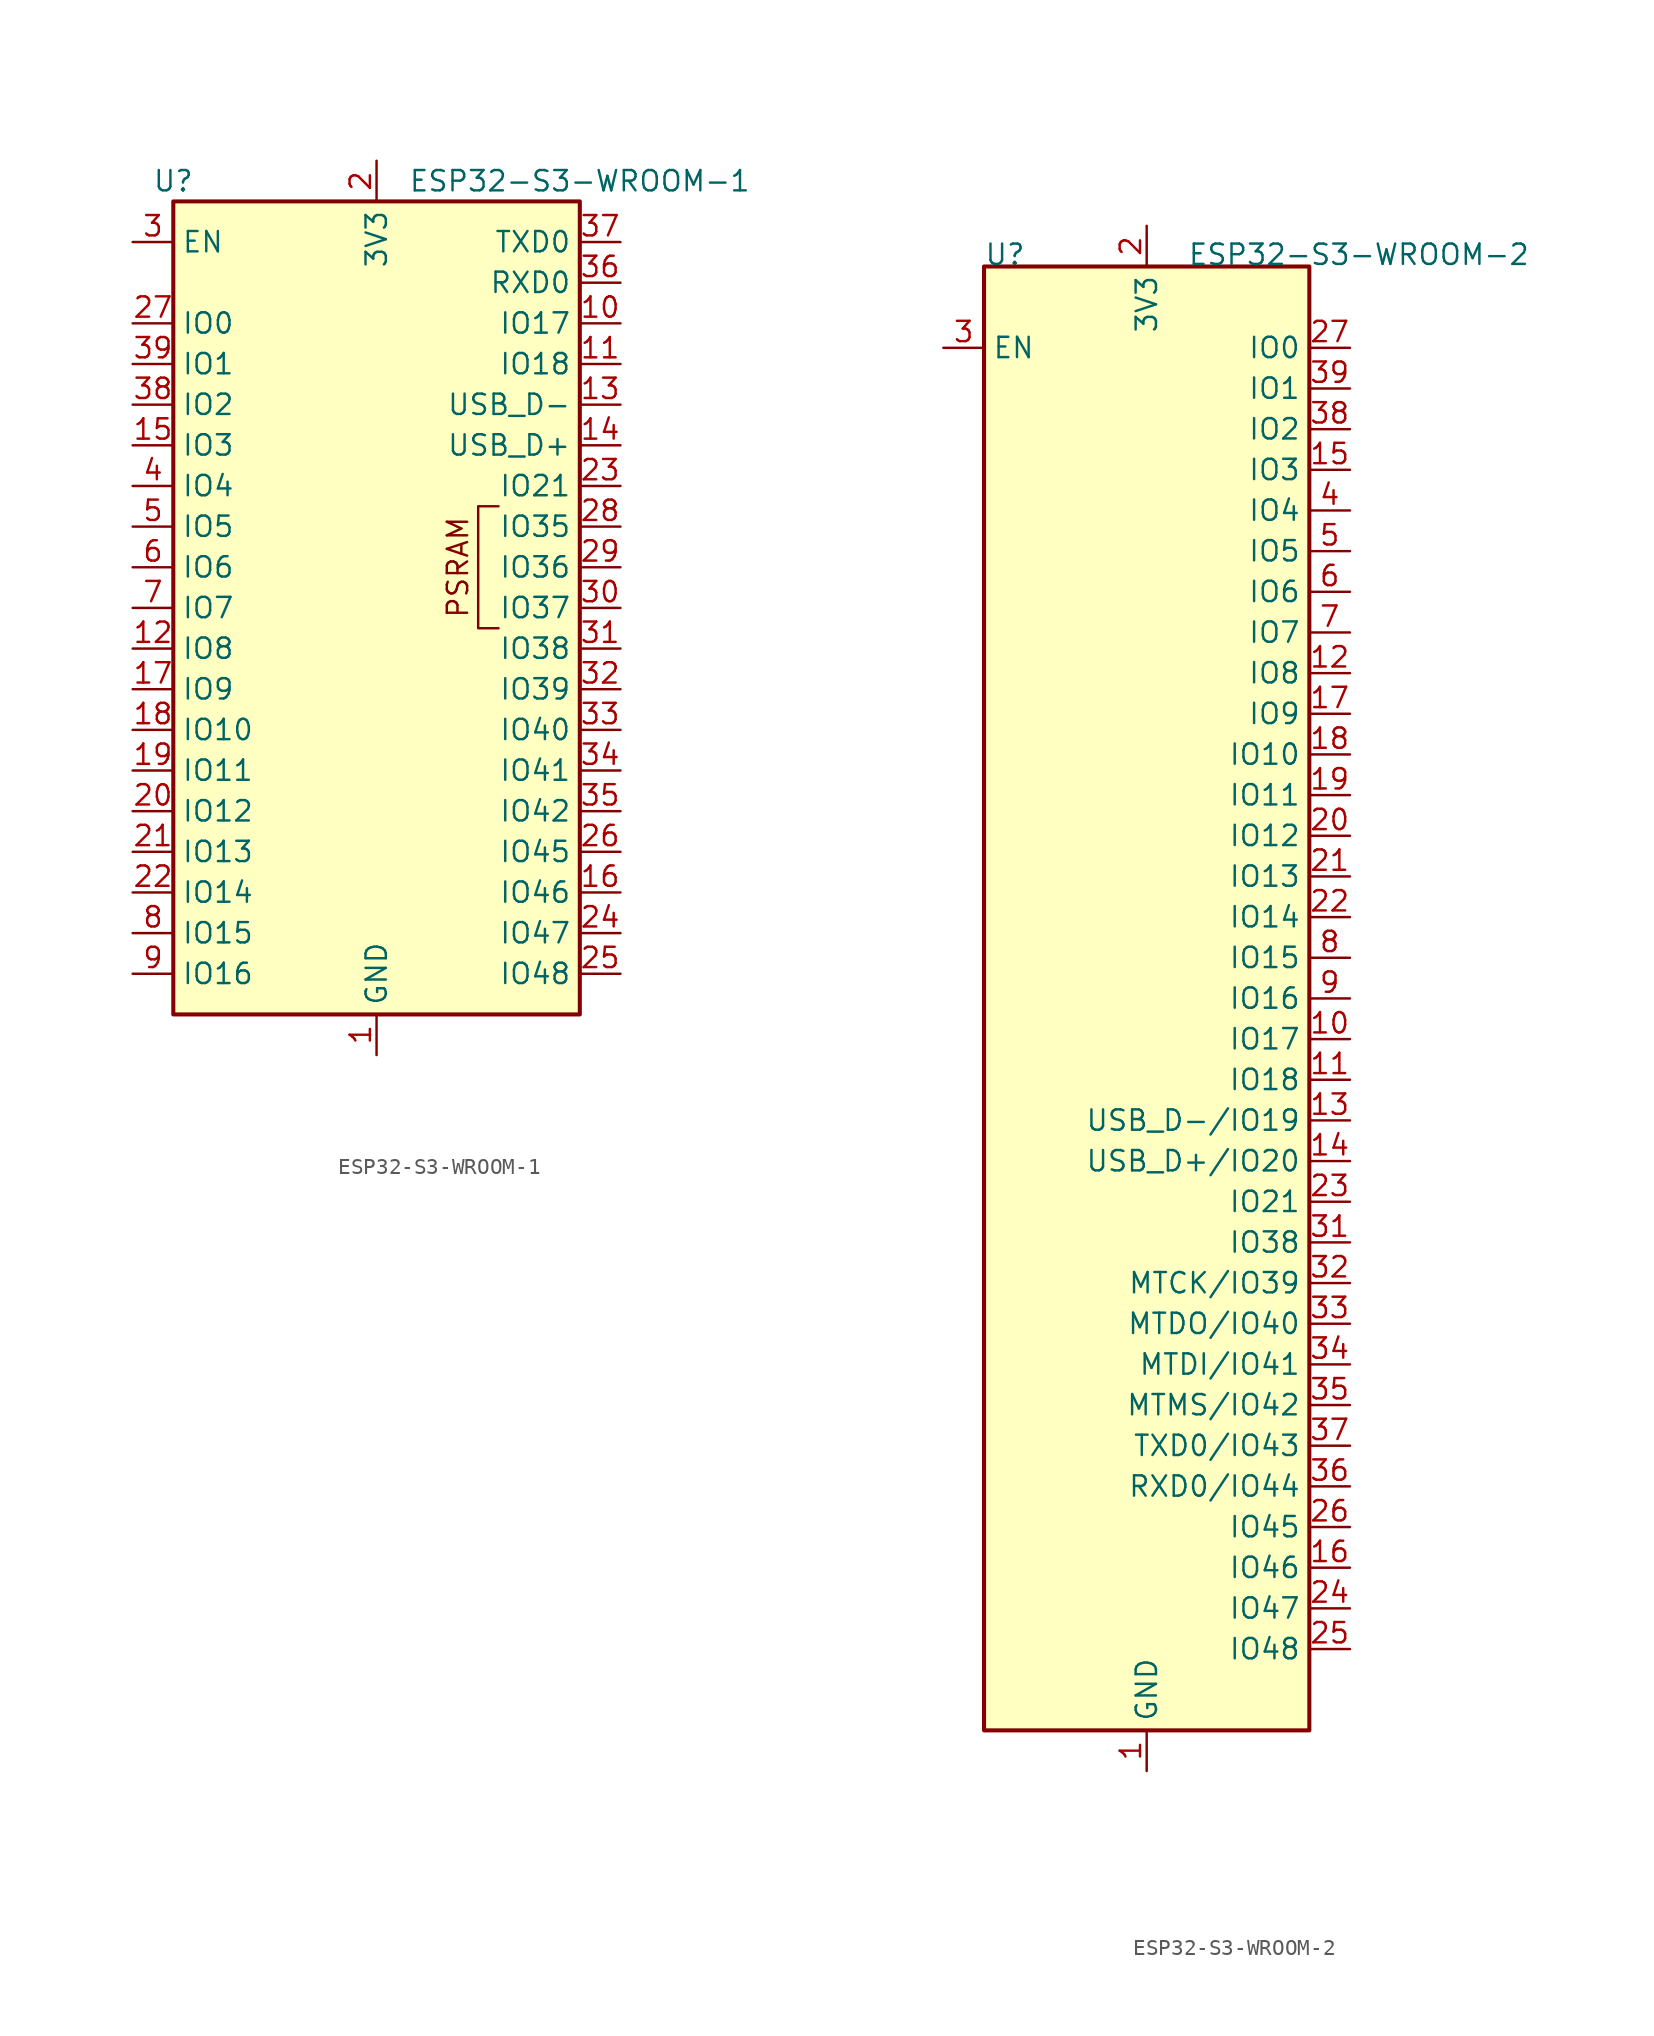
<source format=kicad_sym>
(kicad_symbol_lib
  (version 20231120)
  (generator "kicad_symbol_editor")
  (generator_version "8.0")
  (symbol "ESP32-S3-WROOM-1"
    (property "Reference" "U"
      (at -12.7 26.67 0)
      (effects (font (size 1.27 1.27))))
    (property "Value" "ESP32-S3-WROOM-1"
      (at 12.7 26.67 0)
      (effects (font (size 1.27 1.27))))
    (symbol "ESP32-S3-WROOM-1_0_0"
      (rectangle (start -12.7 25.4) (end 12.7 -25.4) (stroke (width 0.254) (type default)) (fill (type background)))
      (text "PSRAM" (at 5.08 2.54 900) (effects (font (size 1.27 1.27)))))
    (symbol "ESP32-S3-WROOM-1_0_1"
      (polyline (pts (xy 7.62 -1.27) (xy 6.35 -1.27) (xy 6.35 6.35) (xy 7.62 6.35)) (stroke (width 0) (type default)) (fill (type none))))
    (symbol "ESP32-S3-WROOM-1_1_1"
      (pin power_in line (at 0 -27.94 90) (length 2.54) (name "GND" (effects (font (size 1.27 1.27)))) (number "1" (effects (font (size 1.27 1.27)))))
      (pin bidirectional line (at 15.24 17.78 180) (length 2.54) (name "IO17" (effects (font (size 1.27 1.27)))) (number "10" (effects (font (size 1.27 1.27)))))
      (pin bidirectional line (at 15.24 15.24 180) (length 2.54) (name "IO18" (effects (font (size 1.27 1.27)))) (number "11" (effects (font (size 1.27 1.27)))))
      (pin bidirectional line (at -15.24 -2.54 0) (length 2.54) (name "IO8" (effects (font (size 1.27 1.27)))) (number "12" (effects (font (size 1.27 1.27)))))
      (pin bidirectional line (at 15.24 12.7 180) (length 2.54) (name "USB_D-" (effects (font (size 1.27 1.27)))) (number "13" (effects (font (size 1.27 1.27)))) (alternate "IO19" bidirectional line))
      (pin bidirectional line (at 15.24 10.16 180) (length 2.54) (name "USB_D+" (effects (font (size 1.27 1.27)))) (number "14" (effects (font (size 1.27 1.27)))) (alternate "IO20" bidirectional line))
      (pin bidirectional line (at -15.24 10.16 0) (length 2.54) (name "IO3" (effects (font (size 1.27 1.27)))) (number "15" (effects (font (size 1.27 1.27)))))
      (pin bidirectional line (at 15.24 -17.78 180) (length 2.54) (name "IO46" (effects (font (size 1.27 1.27)))) (number "16" (effects (font (size 1.27 1.27)))))
      (pin bidirectional line (at -15.24 -5.08 0) (length 2.54) (name "IO9" (effects (font (size 1.27 1.27)))) (number "17" (effects (font (size 1.27 1.27)))))
      (pin bidirectional line (at -15.24 -7.62 0) (length 2.54) (name "IO10" (effects (font (size 1.27 1.27)))) (number "18" (effects (font (size 1.27 1.27)))))
      (pin bidirectional line (at -15.24 -10.16 0) (length 2.54) (name "IO11" (effects (font (size 1.27 1.27)))) (number "19" (effects (font (size 1.27 1.27)))))
      (pin power_in line (at 0 27.94 270) (length 2.54) (name "3V3" (effects (font (size 1.27 1.27)))) (number "2" (effects (font (size 1.27 1.27)))))
      (pin bidirectional line (at -15.24 -12.7 0) (length 2.54) (name "IO12" (effects (font (size 1.27 1.27)))) (number "20" (effects (font (size 1.27 1.27)))))
      (pin bidirectional line (at -15.24 -15.24 0) (length 2.54) (name "IO13" (effects (font (size 1.27 1.27)))) (number "21" (effects (font (size 1.27 1.27)))))
      (pin bidirectional line (at -15.24 -17.78 0) (length 2.54) (name "IO14" (effects (font (size 1.27 1.27)))) (number "22" (effects (font (size 1.27 1.27)))))
      (pin bidirectional line (at 15.24 7.62 180) (length 2.54) (name "IO21" (effects (font (size 1.27 1.27)))) (number "23" (effects (font (size 1.27 1.27)))))
      (pin bidirectional line (at 15.24 -20.32 180) (length 2.54) (name "IO47" (effects (font (size 1.27 1.27)))) (number "24" (effects (font (size 1.27 1.27)))))
      (pin bidirectional line (at 15.24 -22.86 180) (length 2.54) (name "IO48" (effects (font (size 1.27 1.27)))) (number "25" (effects (font (size 1.27 1.27)))))
      (pin bidirectional line (at 15.24 -15.24 180) (length 2.54) (name "IO45" (effects (font (size 1.27 1.27)))) (number "26" (effects (font (size 1.27 1.27)))))
      (pin bidirectional line (at -15.24 17.78 0) (length 2.54) (name "IO0" (effects (font (size 1.27 1.27)))) (number "27" (effects (font (size 1.27 1.27)))))
      (pin bidirectional line (at 15.24 5.08 180) (length 2.54) (name "IO35" (effects (font (size 1.27 1.27)))) (number "28" (effects (font (size 1.27 1.27)))))
      (pin bidirectional line (at 15.24 2.54 180) (length 2.54) (name "IO36" (effects (font (size 1.27 1.27)))) (number "29" (effects (font (size 1.27 1.27)))))
      (pin input line (at -15.24 22.86 0) (length 2.54) (name "EN" (effects (font (size 1.27 1.27)))) (number "3" (effects (font (size 1.27 1.27)))))
      (pin bidirectional line (at 15.24 0 180) (length 2.54) (name "IO37" (effects (font (size 1.27 1.27)))) (number "30" (effects (font (size 1.27 1.27)))))
      (pin bidirectional line (at 15.24 -2.54 180) (length 2.54) (name "IO38" (effects (font (size 1.27 1.27)))) (number "31" (effects (font (size 1.27 1.27)))))
      (pin bidirectional line (at 15.24 -5.08 180) (length 2.54) (name "IO39" (effects (font (size 1.27 1.27)))) (number "32" (effects (font (size 1.27 1.27)))))
      (pin bidirectional line (at 15.24 -7.62 180) (length 2.54) (name "IO40" (effects (font (size 1.27 1.27)))) (number "33" (effects (font (size 1.27 1.27)))))
      (pin bidirectional line (at 15.24 -10.16 180) (length 2.54) (name "IO41" (effects (font (size 1.27 1.27)))) (number "34" (effects (font (size 1.27 1.27)))))
      (pin bidirectional line (at 15.24 -12.7 180) (length 2.54) (name "IO42" (effects (font (size 1.27 1.27)))) (number "35" (effects (font (size 1.27 1.27)))))
      (pin bidirectional line (at 15.24 20.32 180) (length 2.54) (name "RXD0" (effects (font (size 1.27 1.27)))) (number "36" (effects (font (size 1.27 1.27)))))
      (pin bidirectional line (at 15.24 22.86 180) (length 2.54) (name "TXD0" (effects (font (size 1.27 1.27)))) (number "37" (effects (font (size 1.27 1.27)))))
      (pin bidirectional line (at -15.24 12.7 0) (length 2.54) (name "IO2" (effects (font (size 1.27 1.27)))) (number "38" (effects (font (size 1.27 1.27)))))
      (pin bidirectional line (at -15.24 15.24 0) (length 2.54) (name "IO1" (effects (font (size 1.27 1.27)))) (number "39" (effects (font (size 1.27 1.27)))))
      (pin bidirectional line (at -15.24 7.62 0) (length 2.54) (name "IO4" (effects (font (size 1.27 1.27)))) (number "4" (effects (font (size 1.27 1.27)))))
      (pin passive line (at 0 -27.94 90) (length 2.54) hide (name "GND" (effects (font (size 1.27 1.27)))) (number "40" (effects (font (size 1.27 1.27)))))
      (pin passive line (at 0 -27.94 90) (length 2.54) hide (name "GND" (effects (font (size 1.27 1.27)))) (number "41" (effects (font (size 1.27 1.27)))))
      (pin bidirectional line (at -15.24 5.08 0) (length 2.54) (name "IO5" (effects (font (size 1.27 1.27)))) (number "5" (effects (font (size 1.27 1.27)))))
      (pin bidirectional line (at -15.24 2.54 0) (length 2.54) (name "IO6" (effects (font (size 1.27 1.27)))) (number "6" (effects (font (size 1.27 1.27)))))
      (pin bidirectional line (at -15.24 0 0) (length 2.54) (name "IO7" (effects (font (size 1.27 1.27)))) (number "7" (effects (font (size 1.27 1.27)))))
      (pin bidirectional line (at -15.24 -20.32 0) (length 2.54) (name "IO15" (effects (font (size 1.27 1.27)))) (number "8" (effects (font (size 1.27 1.27)))))
      (pin bidirectional line (at -15.24 -22.86 0) (length 2.54) (name "IO16" (effects (font (size 1.27 1.27)))) (number "9" (effects (font (size 1.27 1.27)))))))
  (symbol "ESP32-S3-WROOM-2"
    (property "Reference" "U"
      (at -10.16 45.72 0)
      (effects (font (size 1.27 1.27)) (justify left bottom)))
    (property "Value" "ESP32-S3-WROOM-2"
      (at 2.54 45.72 0)
      (effects (font (size 1.27 1.27)) (justify left bottom)))
    (symbol "ESP32-S3-WROOM-2_0_1"
      (rectangle (start -10.16 45.72) (end 10.16 -45.72) (stroke (width 0.254) (type default)) (fill (type background))))
    (symbol "ESP32-S3-WROOM-2_1_1"
      (pin power_in line (at 0 -48.26 90) (length 2.54) (name "GND" (effects (font (size 1.27 1.27)))) (number "1" (effects (font (size 1.27 1.27)))))
      (pin bidirectional line (at 12.7 -2.54 180) (length 2.54) (name "IO17" (effects (font (size 1.27 1.27)))) (number "10" (effects (font (size 1.27 1.27)))))
      (pin bidirectional line (at 12.7 -5.08 180) (length 2.54) (name "IO18" (effects (font (size 1.27 1.27)))) (number "11" (effects (font (size 1.27 1.27)))))
      (pin bidirectional line (at 12.7 20.32 180) (length 2.54) (name "IO8" (effects (font (size 1.27 1.27)))) (number "12" (effects (font (size 1.27 1.27)))))
      (pin bidirectional line (at 12.7 -7.62 180) (length 2.54) (name "USB_D-/IO19" (effects (font (size 1.27 1.27)))) (number "13" (effects (font (size 1.27 1.27)))))
      (pin bidirectional line (at 12.7 -10.16 180) (length 2.54) (name "USB_D+/IO20" (effects (font (size 1.27 1.27)))) (number "14" (effects (font (size 1.27 1.27)))))
      (pin bidirectional line (at 12.7 33.02 180) (length 2.54) (name "IO3" (effects (font (size 1.27 1.27)))) (number "15" (effects (font (size 1.27 1.27)))))
      (pin bidirectional line (at 12.7 -35.56 180) (length 2.54) (name "IO46" (effects (font (size 1.27 1.27)))) (number "16" (effects (font (size 1.27 1.27)))))
      (pin bidirectional line (at 12.7 17.78 180) (length 2.54) (name "IO9" (effects (font (size 1.27 1.27)))) (number "17" (effects (font (size 1.27 1.27)))))
      (pin bidirectional line (at 12.7 15.24 180) (length 2.54) (name "IO10" (effects (font (size 1.27 1.27)))) (number "18" (effects (font (size 1.27 1.27)))))
      (pin bidirectional line (at 12.7 12.7 180) (length 2.54) (name "IO11" (effects (font (size 1.27 1.27)))) (number "19" (effects (font (size 1.27 1.27)))))
      (pin power_in line (at 0 48.26 270) (length 2.54) (name "3V3" (effects (font (size 1.27 1.27)))) (number "2" (effects (font (size 1.27 1.27)))))
      (pin bidirectional line (at 12.7 10.16 180) (length 2.54) (name "IO12" (effects (font (size 1.27 1.27)))) (number "20" (effects (font (size 1.27 1.27)))))
      (pin bidirectional line (at 12.7 7.62 180) (length 2.54) (name "IO13" (effects (font (size 1.27 1.27)))) (number "21" (effects (font (size 1.27 1.27)))))
      (pin bidirectional line (at 12.7 5.08 180) (length 2.54) (name "IO14" (effects (font (size 1.27 1.27)))) (number "22" (effects (font (size 1.27 1.27)))))
      (pin bidirectional line (at 12.7 -12.7 180) (length 2.54) (name "IO21" (effects (font (size 1.27 1.27)))) (number "23" (effects (font (size 1.27 1.27)))))
      (pin bidirectional line (at 12.7 -38.1 180) (length 2.54) (name "IO47" (effects (font (size 1.27 1.27)))) (number "24" (effects (font (size 1.27 1.27)))))
      (pin bidirectional line (at 12.7 -40.64 180) (length 2.54) (name "IO48" (effects (font (size 1.27 1.27)))) (number "25" (effects (font (size 1.27 1.27)))))
      (pin bidirectional line (at 12.7 -33.02 180) (length 2.54) (name "IO45" (effects (font (size 1.27 1.27)))) (number "26" (effects (font (size 1.27 1.27)))))
      (pin bidirectional line (at 12.7 40.64 180) (length 2.54) (name "IO0" (effects (font (size 1.27 1.27)))) (number "27" (effects (font (size 1.27 1.27)))))
      (pin no_connect line (at -10.16 -35.56 0) (length 2.54) hide (name "NC" (effects (font (size 1.27 1.27)))) (number "28" (effects (font (size 1.27 1.27)))))
      (pin no_connect line (at -10.16 -38.1 0) (length 2.54) hide (name "NC" (effects (font (size 1.27 1.27)))) (number "29" (effects (font (size 1.27 1.27)))))
      (pin input line (at -12.7 40.64 0) (length 2.54) (name "EN" (effects (font (size 1.27 1.27)))) (number "3" (effects (font (size 1.27 1.27)))))
      (pin no_connect line (at -10.16 -40.64 0) (length 2.54) hide (name "NC" (effects (font (size 1.27 1.27)))) (number "30" (effects (font (size 1.27 1.27)))))
      (pin bidirectional line (at 12.7 -15.24 180) (length 2.54) (name "IO38" (effects (font (size 1.27 1.27)))) (number "31" (effects (font (size 1.27 1.27)))))
      (pin bidirectional line (at 12.7 -17.78 180) (length 2.54) (name "MTCK/IO39" (effects (font (size 1.27 1.27)))) (number "32" (effects (font (size 1.27 1.27)))))
      (pin bidirectional line (at 12.7 -20.32 180) (length 2.54) (name "MTDO/IO40" (effects (font (size 1.27 1.27)))) (number "33" (effects (font (size 1.27 1.27)))))
      (pin bidirectional line (at 12.7 -22.86 180) (length 2.54) (name "MTDI/IO41" (effects (font (size 1.27 1.27)))) (number "34" (effects (font (size 1.27 1.27)))))
      (pin bidirectional line (at 12.7 -25.4 180) (length 2.54) (name "MTMS/IO42" (effects (font (size 1.27 1.27)))) (number "35" (effects (font (size 1.27 1.27)))))
      (pin bidirectional line (at 12.7 -30.48 180) (length 2.54) (name "RXD0/IO44" (effects (font (size 1.27 1.27)))) (number "36" (effects (font (size 1.27 1.27)))))
      (pin bidirectional line (at 12.7 -27.94 180) (length 2.54) (name "TXD0/IO43" (effects (font (size 1.27 1.27)))) (number "37" (effects (font (size 1.27 1.27)))))
      (pin bidirectional line (at 12.7 35.56 180) (length 2.54) (name "IO2" (effects (font (size 1.27 1.27)))) (number "38" (effects (font (size 1.27 1.27)))))
      (pin bidirectional line (at 12.7 38.1 180) (length 2.54) (name "IO1" (effects (font (size 1.27 1.27)))) (number "39" (effects (font (size 1.27 1.27)))))
      (pin bidirectional line (at 12.7 30.48 180) (length 2.54) (name "IO4" (effects (font (size 1.27 1.27)))) (number "4" (effects (font (size 1.27 1.27)))))
      (pin passive line (at 0 -48.26 90) (length 2.54) hide (name "GND" (effects (font (size 1.27 1.27)))) (number "40" (effects (font (size 1.27 1.27)))))
      (pin passive line (at 0 -48.26 90) (length 2.54) hide (name "GND" (effects (font (size 1.27 1.27)))) (number "41" (effects (font (size 1.27 1.27)))))
      (pin bidirectional line (at 12.7 27.94 180) (length 2.54) (name "IO5" (effects (font (size 1.27 1.27)))) (number "5" (effects (font (size 1.27 1.27)))))
      (pin bidirectional line (at 12.7 25.4 180) (length 2.54) (name "IO6" (effects (font (size 1.27 1.27)))) (number "6" (effects (font (size 1.27 1.27)))))
      (pin bidirectional line (at 12.7 22.86 180) (length 2.54) (name "IO7" (effects (font (size 1.27 1.27)))) (number "7" (effects (font (size 1.27 1.27)))))
      (pin bidirectional line (at 12.7 2.54 180) (length 2.54) (name "IO15" (effects (font (size 1.27 1.27)))) (number "8" (effects (font (size 1.27 1.27)))))
      (pin bidirectional line (at 12.7 0 180) (length 2.54) (name "IO16" (effects (font (size 1.27 1.27)))) (number "9" (effects (font (size 1.27 1.27))))))))
</source>
